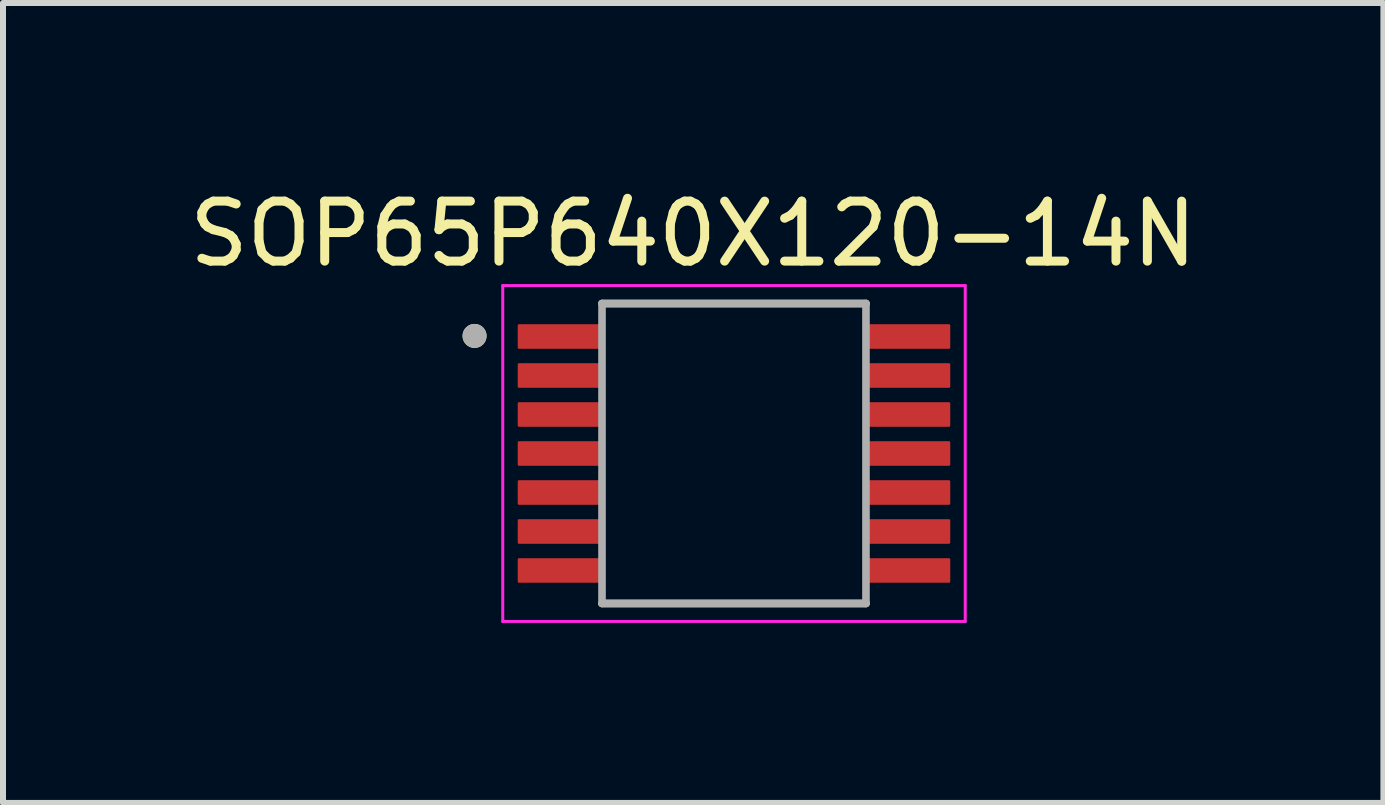
<source format=kicad_pcb>
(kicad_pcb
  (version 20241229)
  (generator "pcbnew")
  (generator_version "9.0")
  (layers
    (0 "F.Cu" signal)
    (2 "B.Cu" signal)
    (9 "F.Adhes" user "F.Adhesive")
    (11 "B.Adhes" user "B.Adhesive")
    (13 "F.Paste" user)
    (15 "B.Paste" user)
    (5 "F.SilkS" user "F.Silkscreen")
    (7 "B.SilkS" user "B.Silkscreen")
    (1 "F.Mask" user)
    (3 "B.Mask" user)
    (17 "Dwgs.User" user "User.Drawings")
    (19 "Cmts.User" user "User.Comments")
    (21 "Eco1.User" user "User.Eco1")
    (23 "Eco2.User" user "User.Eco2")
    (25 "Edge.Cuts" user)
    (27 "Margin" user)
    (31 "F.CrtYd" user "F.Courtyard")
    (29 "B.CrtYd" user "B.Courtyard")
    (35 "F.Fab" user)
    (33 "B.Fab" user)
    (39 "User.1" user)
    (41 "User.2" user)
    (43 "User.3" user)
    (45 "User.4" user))
  (footprint "SOP65P640X120-14N"
    (layer "F.Cu")
    (at 9.186 4.51)
    (property "Reference" "SOP65P640X120-14N" (at -0.68 -3.662 0) (layer "F.SilkS") (effects (font (size 1 1) (thickness 0.15))))
    (attr smd)
    (fp_line (start -2.2 -2.5) (end 2.2 -2.5) (stroke (width 0.127) (type solid)) (layer "F.SilkS"))
    (fp_line (start -2.2 2.5) (end 2.2 2.5) (stroke (width 0.127) (type solid)) (layer "F.SilkS"))
    (fp_circle (center -4.325 -1.96) (end -4.225 -1.96) (stroke (width 0.2) (type solid)) (fill no) (layer "F.SilkS"))
    (fp_line (start -3.855 -2.8) (end -3.855 2.8) (stroke (width 0.05) (type solid)) (layer "F.CrtYd"))
    (fp_line (start -3.855 -2.8) (end 3.855 -2.8) (stroke (width 0.05) (type solid)) (layer "F.CrtYd"))
    (fp_line (start -3.855 2.8) (end 3.855 2.8) (stroke (width 0.05) (type solid)) (layer "F.CrtYd"))
    (fp_line (start 3.855 -2.8) (end 3.855 2.8) (stroke (width 0.05) (type solid)) (layer "F.CrtYd"))
    (fp_line (start -2.2 -2.5) (end -2.2 2.5) (stroke (width 0.127) (type solid)) (layer "F.Fab"))
    (fp_line (start -2.2 -2.5) (end 2.2 -2.5) (stroke (width 0.127) (type solid)) (layer "F.Fab"))
    (fp_line (start -2.2 2.5) (end 2.2 2.5) (stroke (width 0.127) (type solid)) (layer "F.Fab"))
    (fp_line (start 2.2 -2.5) (end 2.2 2.5) (stroke (width 0.127) (type solid)) (layer "F.Fab"))
    (fp_circle (center -4.325 -1.96) (end -4.225 -1.96) (stroke (width 0.2) (type solid)) (fill no) (layer "F.Fab"))
    (pad "1" smd roundrect (at -2.885 -1.95) (size 1.44 0.41) (layers "F.Cu" "F.Mask" "F.Paste") (roundrect_rratio 0.05))
    (pad "2" smd roundrect (at -2.885 -1.3) (size 1.44 0.41) (layers "F.Cu" "F.Mask" "F.Paste") (roundrect_rratio 0.05))
    (pad "3" smd roundrect (at -2.885 -0.65) (size 1.44 0.41) (layers "F.Cu" "F.Mask" "F.Paste") (roundrect_rratio 0.05))
    (pad "4" smd roundrect (at -2.885 0) (size 1.44 0.41) (layers "F.Cu" "F.Mask" "F.Paste") (roundrect_rratio 0.05))
    (pad "5" smd roundrect (at -2.885 0.65) (size 1.44 0.41) (layers "F.Cu" "F.Mask" "F.Paste") (roundrect_rratio 0.05))
    (pad "6" smd roundrect (at -2.885 1.3) (size 1.44 0.41) (layers "F.Cu" "F.Mask" "F.Paste") (roundrect_rratio 0.05))
    (pad "7" smd roundrect (at -2.885 1.95) (size 1.44 0.41) (layers "F.Cu" "F.Mask" "F.Paste") (roundrect_rratio 0.05))
    (pad "8" smd roundrect (at 2.885 1.95) (size 1.44 0.41) (layers "F.Cu" "F.Mask" "F.Paste") (roundrect_rratio 0.05))
    (pad "9" smd roundrect (at 2.885 1.3) (size 1.44 0.41) (layers "F.Cu" "F.Mask" "F.Paste") (roundrect_rratio 0.05))
    (pad "10" smd roundrect (at 2.885 0.65) (size 1.44 0.41) (layers "F.Cu" "F.Mask" "F.Paste") (roundrect_rratio 0.05))
    (pad "11" smd roundrect (at 2.885 0) (size 1.44 0.41) (layers "F.Cu" "F.Mask" "F.Paste") (roundrect_rratio 0.05))
    (pad "12" smd roundrect (at 2.885 -0.65) (size 1.44 0.41) (layers "F.Cu" "F.Mask" "F.Paste") (roundrect_rratio 0.05))
    (pad "13" smd roundrect (at 2.885 -1.3) (size 1.44 0.41) (layers "F.Cu" "F.Mask" "F.Paste") (roundrect_rratio 0.05))
    (pad "14" smd roundrect (at 2.885 -1.95) (size 1.44 0.41) (layers "F.Cu" "F.Mask" "F.Paste") (roundrect_rratio 0.05)))
  (gr_rect
    (start -3 -3)
    (end 20.012 10.335)
    (stroke (width 0.1) (type default))
    (fill no)
    (layer "Edge.Cuts")))
</source>
